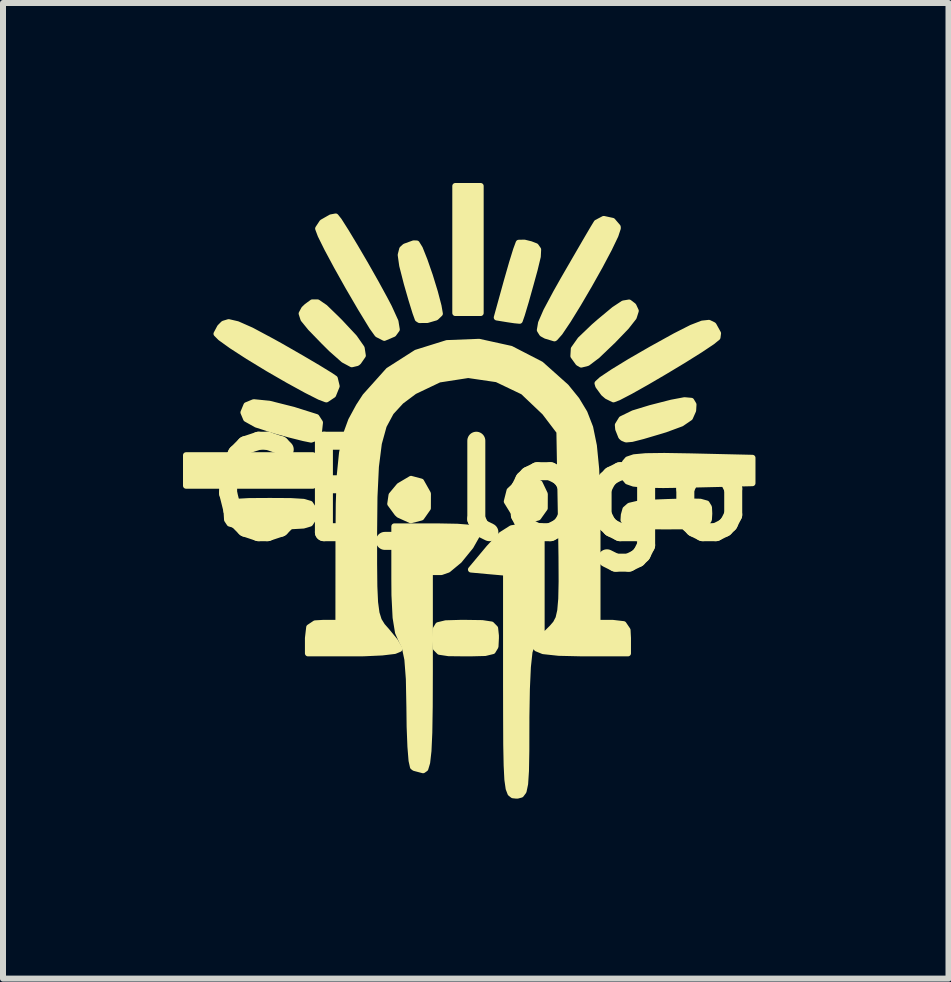
<source format=kicad_pcb>
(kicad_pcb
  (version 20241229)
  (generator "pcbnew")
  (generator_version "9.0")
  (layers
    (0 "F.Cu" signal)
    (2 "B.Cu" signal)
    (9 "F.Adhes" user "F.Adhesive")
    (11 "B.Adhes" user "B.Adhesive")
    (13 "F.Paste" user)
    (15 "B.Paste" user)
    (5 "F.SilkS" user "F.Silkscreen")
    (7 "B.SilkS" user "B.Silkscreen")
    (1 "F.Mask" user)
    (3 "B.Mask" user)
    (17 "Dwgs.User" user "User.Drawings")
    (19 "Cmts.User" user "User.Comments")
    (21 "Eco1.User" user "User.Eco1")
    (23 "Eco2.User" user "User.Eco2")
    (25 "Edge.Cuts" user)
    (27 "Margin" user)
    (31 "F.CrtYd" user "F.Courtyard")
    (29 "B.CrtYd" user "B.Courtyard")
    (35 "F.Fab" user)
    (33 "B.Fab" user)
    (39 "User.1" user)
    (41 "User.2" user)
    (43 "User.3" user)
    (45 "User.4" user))
  (footprint "CE_logo"
    (layer "F.Cu")
    (at 4.961 5.13)
    (property "Reference" "CE_logo" (at 0 0 0) (layer "F.SilkS") (effects (font (size 1.524 1.524) (thickness 0.3))))
    (attr through_hole)
    (fp_poly (pts (xy -2.794 -0.085) (xy -3.852 -0.085) (xy -4.911 -0.085) (xy -4.911 -0.339) (xy -4.911 -0.593) (xy -3.852 -0.593) (xy -2.794 -0.593) (xy -2.794 -0.339) (xy -2.794 -0.085)) (stroke (width 0.1) (type solid)) (fill yes) (layer "F.SilkS"))
    (fp_poly (pts (xy 0 -2.963) (xy -0.212 -2.963) (xy -0.423 -2.963) (xy -0.423 -4.022) (xy -0.423 -5.08) (xy -0.212 -5.08) (xy 0 -5.08) (xy 0 -4.022) (xy 0 -2.963)) (stroke (width 0.1) (type solid)) (fill yes) (layer "F.SilkS"))
    (fp_poly (pts (xy 1.069 0.053) (xy 1.068 0.29) (xy 0.958 0.445) (xy 0.783 0.491) (xy 0.585 0.401) (xy 0.556 0.375) (xy 0.435 0.178) (xy 0.481 -0.004) (xy 0.602 -0.116) (xy 0.819 -0.201) (xy 0.983 -0.127) (xy 1.069 0.053)) (stroke (width 0.1) (type solid)) (fill yes) (layer "F.SilkS"))
    (fp_poly (pts (xy -0.879 0.053) (xy -0.88 0.29) (xy -0.989 0.445) (xy -1.165 0.491) (xy -1.363 0.401) (xy -1.391 0.375) (xy -1.507 0.217) (xy -1.486 0.072) (xy -1.357 -0.083) (xy -1.161 -0.199) (xy -0.992 -0.154) (xy -0.881 0.043) (xy -0.879 0.053)) (stroke (width 0.1) (type solid)) (fill yes) (layer "F.SilkS"))
    (fp_poly (pts (xy -2.678 -1.138) (xy -2.694 -0.992) (xy -2.765 -0.875) (xy -2.825 -0.853) (xy -2.953 -0.879) (xy -3.188 -0.938) (xy -3.422 -1.002) (xy -3.739 -1.104) (xy -3.909 -1.199) (xy -3.954 -1.306) (xy -3.904 -1.427) (xy -3.782 -1.477) (xy -3.522 -1.451) (xy -3.121 -1.35) (xy -2.737 -1.229) (xy -2.678 -1.138)) (stroke (width 0.1) (type solid)) (fill yes) (layer "F.SilkS"))
    (fp_poly (pts (xy 4.53 -0.127) (xy 3.491 -0.103) (xy 3.044 -0.096) (xy 2.74 -0.101) (xy 2.549 -0.12) (xy 2.446 -0.156) (xy 2.402 -0.209) (xy 2.386 -0.402) (xy 2.402 -0.468) (xy 2.449 -0.523) (xy 2.556 -0.559) (xy 2.751 -0.577) (xy 3.061 -0.581) (xy 3.491 -0.574) (xy 4.53 -0.55) (xy 4.53 -0.339) (xy 4.53 -0.127)) (stroke (width 0.1) (type solid)) (fill yes) (layer "F.SilkS"))
    (fp_poly (pts (xy -1.964 -2.254) (xy -2.036 -2.15) (xy -2.059 -2.13) (xy -2.148 -2.109) (xy -2.284 -2.182) (xy -2.49 -2.364) (xy -2.612 -2.485) (xy -2.835 -2.715) (xy -2.954 -2.861) (xy -2.984 -2.954) (xy -2.943 -3.03) (xy -2.898 -3.073) (xy -2.807 -3.14) (xy -2.719 -3.14) (xy -2.596 -3.056) (xy -2.403 -2.869) (xy -2.345 -2.811) (xy -2.106 -2.555) (xy -1.983 -2.379) (xy -1.964 -2.254)) (stroke (width 0.1) (type solid)) (fill yes) (layer "F.SilkS"))
    (fp_poly (pts (xy -0.68 -2.952) (xy -0.746 -2.889) (xy -0.89 -2.847) (xy -1.019 -2.846) (xy -1.049 -2.865) (xy -1.087 -2.97) (xy -1.155 -3.19) (xy -1.232 -3.458) (xy -1.308 -3.755) (xy -1.333 -3.932) (xy -1.308 -4.029) (xy -1.262 -4.071) (xy -1.116 -4.124) (xy -1.066 -4.122) (xy -1.014 -4.038) (xy -0.936 -3.842) (xy -0.846 -3.583) (xy -0.763 -3.312) (xy -0.702 -3.079) (xy -0.68 -2.952)) (stroke (width 0.1) (type solid)) (fill yes) (layer "F.SilkS"))
    (fp_poly (pts (xy 0.958 -4.021) (xy 0.952 -3.904) (xy 0.9 -3.688) (xy 0.834 -3.448) (xy 0.752 -3.155) (xy 0.687 -2.938) (xy 0.652 -2.837) (xy 0.65 -2.834) (xy 0.566 -2.842) (xy 0.451 -2.859) (xy 0.268 -2.889) (xy 0.436 -3.496) (xy 0.521 -3.793) (xy 0.591 -4.019) (xy 0.632 -4.13) (xy 0.634 -4.134) (xy 0.729 -4.136) (xy 0.834 -4.11) (xy 0.919 -4.077) (xy 0.958 -4.021)) (stroke (width 0.1) (type solid)) (fill yes) (layer "F.SilkS"))
    (fp_poly (pts (xy 2.585 -2.999) (xy 2.551 -2.892) (xy 2.426 -2.733) (xy 2.194 -2.492) (xy 2.192 -2.491) (xy 1.944 -2.254) (xy 1.78 -2.13) (xy 1.676 -2.104) (xy 1.627 -2.132) (xy 1.545 -2.246) (xy 1.552 -2.366) (xy 1.661 -2.52) (xy 1.887 -2.736) (xy 1.981 -2.818) (xy 2.225 -3.021) (xy 2.378 -3.122) (xy 2.474 -3.138) (xy 2.546 -3.083) (xy 2.546 -3.083) (xy 2.585 -2.999)) (stroke (width 0.1) (type solid)) (fill yes) (layer "F.SilkS"))
    (fp_poly (pts (xy 3.547 -1.438) (xy 3.541 -1.338) (xy 3.488 -1.219) (xy 3.346 -1.122) (xy 3.081 -1.024) (xy 3.006 -1.001) (xy 2.702 -0.911) (xy 2.522 -0.865) (xy 2.424 -0.856) (xy 2.37 -0.878) (xy 2.342 -0.903) (xy 2.292 -1.029) (xy 2.286 -1.097) (xy 2.347 -1.196) (xy 2.544 -1.292) (xy 2.829 -1.379) (xy 3.18 -1.469) (xy 3.397 -1.51) (xy 3.51 -1.5) (xy 3.547 -1.438)) (stroke (width 0.1) (type solid)) (fill yes) (layer "F.SilkS"))
    (fp_poly (pts (xy -2.794 0.381) (xy -2.801 0.483) (xy -2.843 0.546) (xy -2.954 0.579) (xy -3.168 0.591) (xy -3.514 0.593) (xy -3.862 0.591) (xy -4.075 0.578) (xy -4.185 0.546) (xy -4.227 0.483) (xy -4.233 0.381) (xy -4.227 0.279) (xy -4.185 0.216) (xy -4.073 0.183) (xy -3.859 0.171) (xy -3.514 0.169) (xy -3.165 0.171) (xy -2.952 0.184) (xy -2.842 0.216) (xy -2.8 0.279) (xy -2.794 0.381)) (stroke (width 0.1) (type solid)) (fill yes) (layer "F.SilkS"))
    (fp_poly (pts (xy 0.254 2.455) (xy 0.247 2.596) (xy 0.201 2.672) (xy 0.074 2.703) (xy -0.172 2.709) (xy -0.254 2.709) (xy -0.535 2.706) (xy -0.687 2.683) (xy -0.749 2.62) (xy -0.762 2.496) (xy -0.762 2.455) (xy -0.755 2.315) (xy -0.709 2.239) (xy -0.582 2.208) (xy -0.336 2.201) (xy -0.254 2.201) (xy 0.027 2.205) (xy 0.179 2.228) (xy 0.241 2.291) (xy 0.254 2.414) (xy 0.254 2.455)) (stroke (width 0.1) (type solid)) (fill yes) (layer "F.SilkS"))
    (fp_poly (pts (xy 3.81 0.378) (xy 3.804 0.481) (xy 3.763 0.545) (xy 3.654 0.578) (xy 3.444 0.591) (xy 3.1 0.593) (xy 3.084 0.593) (xy 2.735 0.591) (xy 2.522 0.578) (xy 2.415 0.547) (xy 2.38 0.488) (xy 2.386 0.402) (xy 2.412 0.308) (xy 2.479 0.249) (xy 2.624 0.215) (xy 2.881 0.196) (xy 3.111 0.187) (xy 3.454 0.177) (xy 3.661 0.182) (xy 3.766 0.211) (xy 3.805 0.275) (xy 3.81 0.378)) (stroke (width 0.1) (type solid)) (fill yes) (layer "F.SilkS"))
    (fp_poly (pts (xy -2.4 -1.744) (xy -2.459 -1.598) (xy -2.57 -1.524) (xy -2.575 -1.524) (xy -2.684 -1.565) (xy -2.905 -1.677) (xy -3.206 -1.842) (xy -3.539 -2.034) (xy -3.876 -2.239) (xy -4.151 -2.417) (xy -4.336 -2.55) (xy -4.403 -2.617) (xy -4.345 -2.726) (xy -4.286 -2.785) (xy -4.2 -2.811) (xy -4.054 -2.777) (xy -3.821 -2.674) (xy -3.479 -2.491) (xy -3.333 -2.41) (xy -2.993 -2.215) (xy -2.708 -2.047) (xy -2.509 -1.925) (xy -2.431 -1.872) (xy -2.4 -1.744)) (stroke (width 0.1) (type solid)) (fill yes) (layer "F.SilkS"))
    (fp_poly (pts (xy -1.398 -2.689) (xy -1.452 -2.615) (xy -1.453 -2.614) (xy -1.606 -2.549) (xy -1.72 -2.607) (xy -1.809 -2.731) (xy -2.004 -3.051) (xy -2.207 -3.399) (xy -2.397 -3.738) (xy -2.557 -4.036) (xy -2.667 -4.258) (xy -2.709 -4.37) (xy -2.709 -4.371) (xy -2.641 -4.474) (xy -2.496 -4.557) (xy -2.416 -4.572) (xy -2.362 -4.504) (xy -2.247 -4.323) (xy -2.092 -4.066) (xy -1.917 -3.767) (xy -1.745 -3.463) (xy -1.595 -3.188) (xy -1.527 -3.058) (xy -1.42 -2.823) (xy -1.398 -2.689)) (stroke (width 0.1) (type solid)) (fill yes) (layer "F.SilkS"))
    (fp_poly (pts (xy 2.286 -4.377) (xy 2.246 -4.256) (xy 2.14 -4.035) (xy 1.988 -3.748) (xy 1.809 -3.429) (xy 1.625 -3.115) (xy 1.455 -2.839) (xy 1.319 -2.637) (xy 1.237 -2.544) (xy 1.229 -2.541) (xy 1.086 -2.584) (xy 1.024 -2.618) (xy 0.986 -2.679) (xy 1.006 -2.797) (xy 1.093 -2.997) (xy 1.256 -3.302) (xy 1.383 -3.527) (xy 1.582 -3.871) (xy 1.753 -4.166) (xy 1.878 -4.379) (xy 1.933 -4.469) (xy 2.051 -4.531) (xy 2.198 -4.499) (xy 2.284 -4.399) (xy 2.286 -4.377)) (stroke (width 0.1) (type solid)) (fill yes) (layer "F.SilkS"))
    (fp_poly (pts (xy 3.956 -2.625) (xy 3.947 -2.556) (xy 3.857 -2.483) (xy 3.658 -2.35) (xy 3.385 -2.179) (xy 3.076 -1.993) (xy 2.767 -1.812) (xy 2.495 -1.659) (xy 2.297 -1.556) (xy 2.213 -1.524) (xy 2.106 -1.577) (xy 2.049 -1.626) (xy 1.96 -1.748) (xy 1.947 -1.791) (xy 2.017 -1.855) (xy 2.207 -1.982) (xy 2.488 -2.154) (xy 2.833 -2.353) (xy 2.856 -2.366) (xy 3.245 -2.581) (xy 3.515 -2.718) (xy 3.693 -2.787) (xy 3.804 -2.799) (xy 3.876 -2.764) (xy 3.882 -2.759) (xy 3.956 -2.625)) (stroke (width 0.1) (type solid)) (fill yes) (layer "F.SilkS"))
    (fp_poly (pts (xy -0.014 0.656) (xy -0.167 0.926) (xy -0.357 1.16) (xy -0.544 1.315) (xy -0.656 1.354) (xy -0.847 1.355) (xy -0.847 3.006) (xy -0.849 3.593) (xy -0.856 4.03) (xy -0.87 4.336) (xy -0.892 4.53) (xy -0.922 4.63) (xy -0.96 4.657) (xy -1.104 4.619) (xy -1.129 4.6) (xy -1.152 4.497) (xy -1.171 4.262) (xy -1.184 3.931) (xy -1.188 3.605) (xy -1.197 3.136) (xy -1.222 2.809) (xy -1.266 2.6) (xy -1.315 2.503) (xy -1.378 2.359) (xy -1.418 2.113) (xy -1.437 1.739) (xy -1.439 1.465) (xy -1.439 0.593) (xy -0.713 0.593) (xy -0.39 0.599) (xy -0.148 0.618) (xy -0.023 0.644) (xy -0.014 0.656)) (stroke (width 0.1) (type solid)) (fill yes) (layer "F.SilkS"))
    (fp_poly (pts (xy 2.455 2.709) (xy 1.693 2.709) (xy 1.301 2.7) (xy 1.042 2.672) (xy 0.934 2.628) (xy 0.931 2.62) (xy 0.879 2.569) (xy 0.847 2.582) (xy 0.814 2.685) (xy 0.787 2.934) (xy 0.77 3.304) (xy 0.762 3.772) (xy 0.762 3.857) (xy 0.761 4.335) (xy 0.755 4.669) (xy 0.741 4.884) (xy 0.715 5.008) (xy 0.673 5.064) (xy 0.613 5.08) (xy 0.593 5.08) (xy 0.537 5.074) (xy 0.496 5.041) (xy 0.466 4.962) (xy 0.445 4.814) (xy 0.433 4.577) (xy 0.426 4.231) (xy 0.424 3.754) (xy 0.423 3.222) (xy 0.423 1.365) (xy 0.131 1.339) (xy -0.162 1.312) (xy 0.138 0.953) (xy 0.342 0.733) (xy 0.514 0.624) (xy 0.708 0.593) (xy 0.727 0.593) (xy 1.016 0.593) (xy 1.016 1.524) (xy 1.016 2.455) (xy 1.191 2.281) (xy 1.252 2.21) (xy 1.297 2.124) (xy 1.326 1.996) (xy 1.343 1.8) (xy 1.349 1.512) (xy 1.347 1.106) (xy 1.339 0.559) (xy 1.312 -0.987) (xy 1.068 -1.308) (xy 0.707 -1.651) (xy 0.27 -1.86) (xy -0.208 -1.93) (xy -0.692 -1.855) (xy -1.105 -1.658) (xy -1.327 -1.492) (xy -1.495 -1.309) (xy -1.616 -1.084) (xy -1.697 -0.79) (xy -1.746 -0.403) (xy -1.77 0.104) (xy -1.776 0.694) (xy -1.776 1.214) (xy -1.772 1.593) (xy -1.76 1.858) (xy -1.736 2.037) (xy -1.698 2.159) (xy -1.641 2.251) (xy -1.566 2.336) (xy -1.427 2.505) (xy -1.357 2.625) (xy -1.355 2.637) (xy -1.433 2.669) (xy -1.643 2.694) (xy -1.947 2.708) (xy -2.117 2.709) (xy -2.879 2.709) (xy -2.879 2.455) (xy -2.858 2.275) (xy -2.759 2.209) (xy -2.625 2.201) (xy -2.371 2.201) (xy -2.37 0.826) (xy -2.365 0.213) (xy -2.348 -0.262) (xy -2.311 -0.63) (xy -2.25 -0.924) (xy -2.159 -1.173) (xy -2.031 -1.409) (xy -1.924 -1.574) (xy -1.537 -2.006) (xy -1.074 -2.302) (xy -0.562 -2.462) (xy -0.027 -2.483) (xy 0.504 -2.366) (xy 1.004 -2.108) (xy 1.423 -1.734) (xy 1.599 -1.517) (xy 1.73 -1.3) (xy 1.825 -1.055) (xy 1.887 -0.752) (xy 1.925 -0.365) (xy 1.943 0.136) (xy 1.947 0.751) (xy 1.947 2.201) (xy 2.201 2.201) (xy 2.381 2.222) (xy 2.448 2.321) (xy 2.455 2.455) (xy 2.455 2.709)) (stroke (width 0.1) (type solid)) (fill yes) (layer "F.SilkS")))
  (gr_rect
    (start -3 -3)
    (end 12.758 13.26)
    (stroke (width 0.1) (type default))
    (fill no)
    (layer "Edge.Cuts")))
</source>
